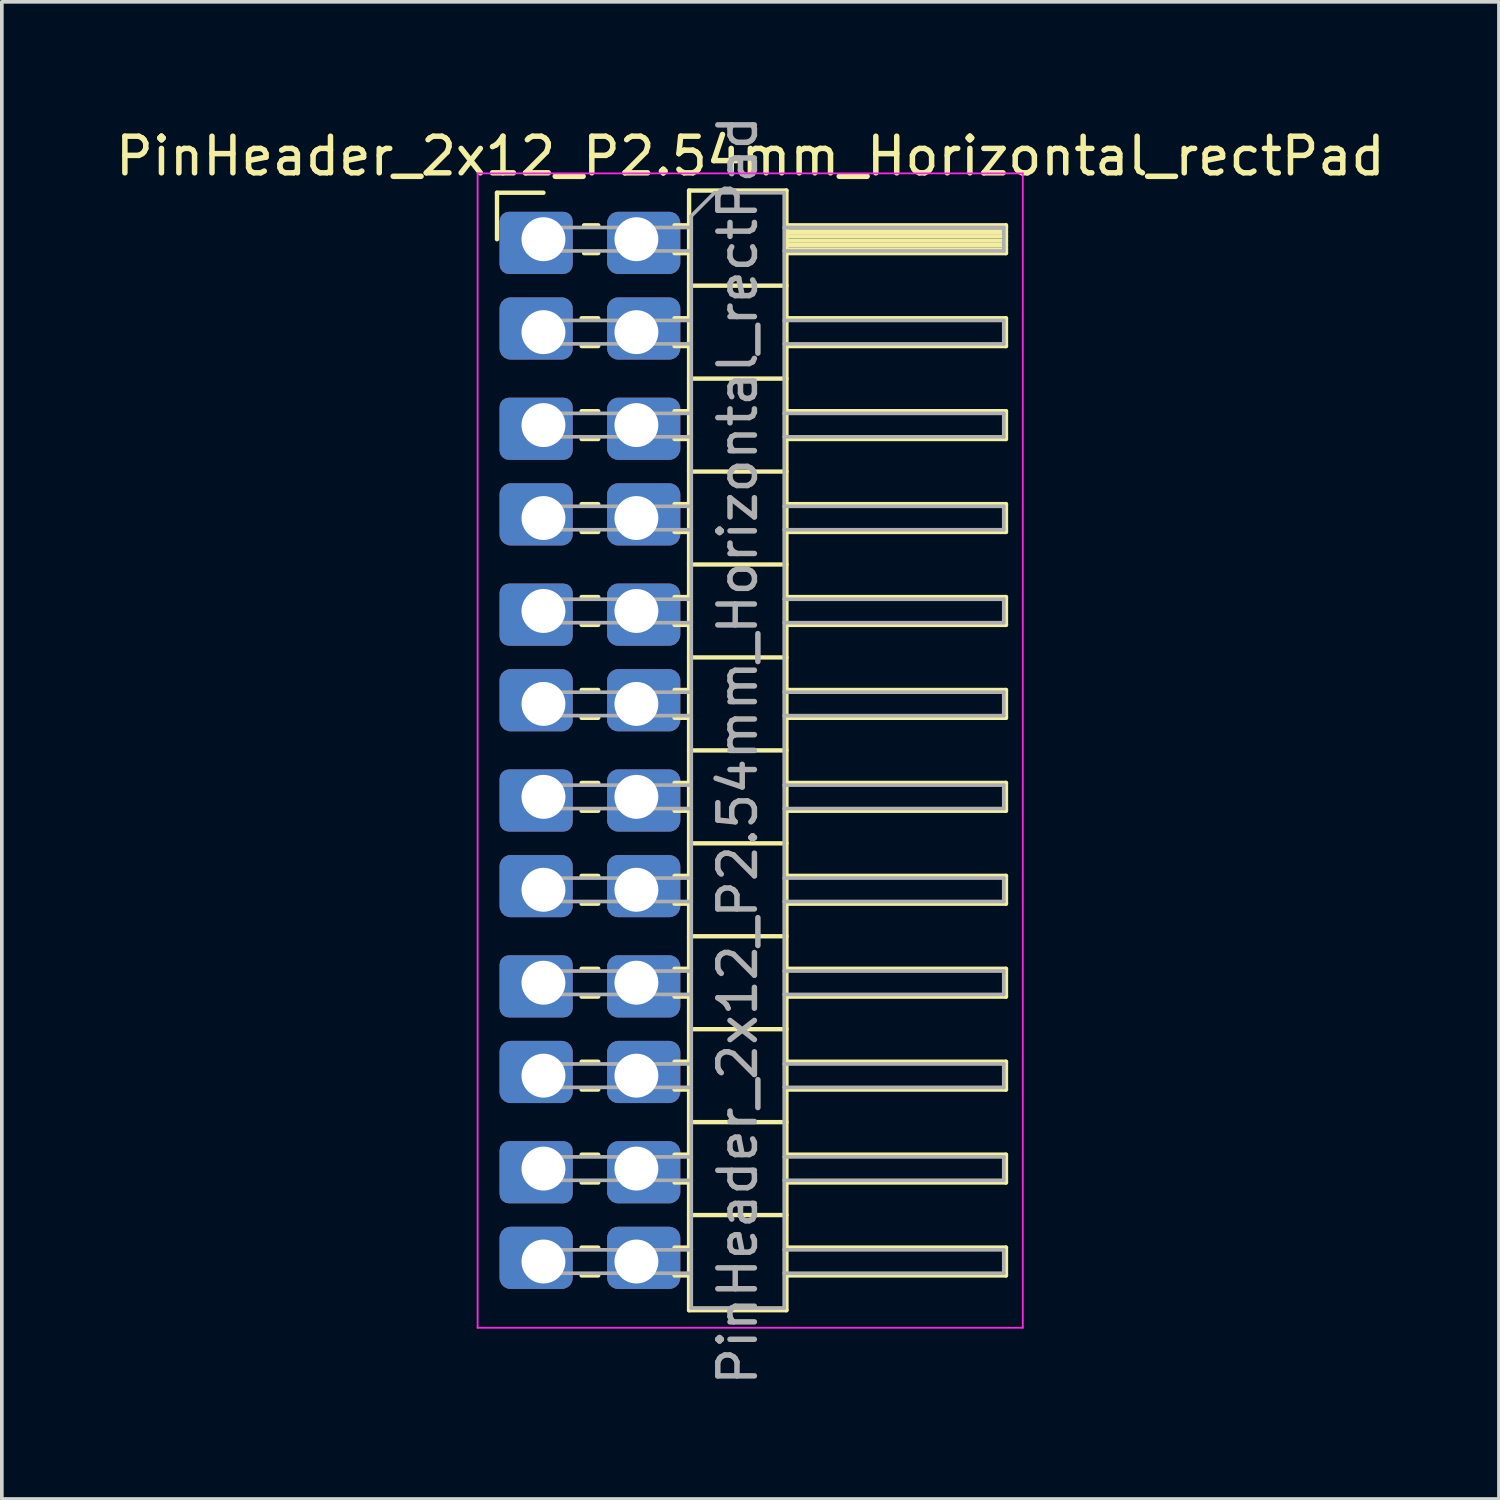
<source format=kicad_pcb>
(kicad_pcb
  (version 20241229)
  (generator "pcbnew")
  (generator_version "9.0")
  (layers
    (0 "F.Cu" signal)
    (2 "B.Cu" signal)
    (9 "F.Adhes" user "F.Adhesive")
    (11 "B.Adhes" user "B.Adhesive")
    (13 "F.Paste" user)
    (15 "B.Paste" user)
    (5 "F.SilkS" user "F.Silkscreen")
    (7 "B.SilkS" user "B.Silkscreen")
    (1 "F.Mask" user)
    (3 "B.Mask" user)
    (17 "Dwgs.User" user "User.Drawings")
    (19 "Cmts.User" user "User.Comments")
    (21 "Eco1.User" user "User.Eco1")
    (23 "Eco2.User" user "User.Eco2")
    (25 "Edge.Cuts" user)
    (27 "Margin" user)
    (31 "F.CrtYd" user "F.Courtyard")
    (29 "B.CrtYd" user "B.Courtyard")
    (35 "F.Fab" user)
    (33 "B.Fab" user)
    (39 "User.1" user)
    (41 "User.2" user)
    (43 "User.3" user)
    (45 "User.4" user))
  (footprint "PinHeader_2x12_P2.54mm_Horizontal_rectPad"
    (layer "F.Cu")
    (at 11.803 3.488)
    (property "Reference" "PinHeader_2x12_P2.54mm_Horizontal_rectPad" (at 5.655 -2.27 0) (layer "F.SilkS") (effects (font (size 1 1) (thickness 0.15))))
    (attr through_hole)
    (fp_line (start -1.27 -1.27) (end 0 -1.27) (stroke (width 0.12) (type solid)) (layer "F.SilkS"))
    (fp_line (start -1.27 0) (end -1.27 -1.27) (stroke (width 0.12) (type solid)) (layer "F.SilkS"))
    (fp_line (start 1.043 2.16) (end 1.497 2.16) (stroke (width 0.12) (type solid)) (layer "F.SilkS"))
    (fp_line (start 1.043 2.92) (end 1.497 2.92) (stroke (width 0.12) (type solid)) (layer "F.SilkS"))
    (fp_line (start 1.043 4.7) (end 1.497 4.7) (stroke (width 0.12) (type solid)) (layer "F.SilkS"))
    (fp_line (start 1.043 5.46) (end 1.497 5.46) (stroke (width 0.12) (type solid)) (layer "F.SilkS"))
    (fp_line (start 1.043 7.24) (end 1.497 7.24) (stroke (width 0.12) (type solid)) (layer "F.SilkS"))
    (fp_line (start 1.043 8) (end 1.497 8) (stroke (width 0.12) (type solid)) (layer "F.SilkS"))
    (fp_line (start 1.043 9.78) (end 1.497 9.78) (stroke (width 0.12) (type solid)) (layer "F.SilkS"))
    (fp_line (start 1.043 10.54) (end 1.497 10.54) (stroke (width 0.12) (type solid)) (layer "F.SilkS"))
    (fp_line (start 1.043 12.32) (end 1.497 12.32) (stroke (width 0.12) (type solid)) (layer "F.SilkS"))
    (fp_line (start 1.043 13.08) (end 1.497 13.08) (stroke (width 0.12) (type solid)) (layer "F.SilkS"))
    (fp_line (start 1.043 14.86) (end 1.497 14.86) (stroke (width 0.12) (type solid)) (layer "F.SilkS"))
    (fp_line (start 1.043 15.62) (end 1.497 15.62) (stroke (width 0.12) (type solid)) (layer "F.SilkS"))
    (fp_line (start 1.043 17.4) (end 1.497 17.4) (stroke (width 0.12) (type solid)) (layer "F.SilkS"))
    (fp_line (start 1.043 18.16) (end 1.497 18.16) (stroke (width 0.12) (type solid)) (layer "F.SilkS"))
    (fp_line (start 1.043 19.94) (end 1.497 19.94) (stroke (width 0.12) (type solid)) (layer "F.SilkS"))
    (fp_line (start 1.043 20.7) (end 1.497 20.7) (stroke (width 0.12) (type solid)) (layer "F.SilkS"))
    (fp_line (start 1.043 22.48) (end 1.497 22.48) (stroke (width 0.12) (type solid)) (layer "F.SilkS"))
    (fp_line (start 1.043 23.24) (end 1.497 23.24) (stroke (width 0.12) (type solid)) (layer "F.SilkS"))
    (fp_line (start 1.043 25.02) (end 1.497 25.02) (stroke (width 0.12) (type solid)) (layer "F.SilkS"))
    (fp_line (start 1.043 25.78) (end 1.497 25.78) (stroke (width 0.12) (type solid)) (layer "F.SilkS"))
    (fp_line (start 1.043 27.56) (end 1.497 27.56) (stroke (width 0.12) (type solid)) (layer "F.SilkS"))
    (fp_line (start 1.043 28.32) (end 1.497 28.32) (stroke (width 0.12) (type solid)) (layer "F.SilkS"))
    (fp_line (start 1.11 -0.38) (end 1.497 -0.38) (stroke (width 0.12) (type solid)) (layer "F.SilkS"))
    (fp_line (start 1.11 0.38) (end 1.497 0.38) (stroke (width 0.12) (type solid)) (layer "F.SilkS"))
    (fp_line (start 3.583 -0.38) (end 3.98 -0.38) (stroke (width 0.12) (type solid)) (layer "F.SilkS"))
    (fp_line (start 3.583 0.38) (end 3.98 0.38) (stroke (width 0.12) (type solid)) (layer "F.SilkS"))
    (fp_line (start 3.583 2.16) (end 3.98 2.16) (stroke (width 0.12) (type solid)) (layer "F.SilkS"))
    (fp_line (start 3.583 2.92) (end 3.98 2.92) (stroke (width 0.12) (type solid)) (layer "F.SilkS"))
    (fp_line (start 3.583 4.7) (end 3.98 4.7) (stroke (width 0.12) (type solid)) (layer "F.SilkS"))
    (fp_line (start 3.583 5.46) (end 3.98 5.46) (stroke (width 0.12) (type solid)) (layer "F.SilkS"))
    (fp_line (start 3.583 7.24) (end 3.98 7.24) (stroke (width 0.12) (type solid)) (layer "F.SilkS"))
    (fp_line (start 3.583 8) (end 3.98 8) (stroke (width 0.12) (type solid)) (layer "F.SilkS"))
    (fp_line (start 3.583 9.78) (end 3.98 9.78) (stroke (width 0.12) (type solid)) (layer "F.SilkS"))
    (fp_line (start 3.583 10.54) (end 3.98 10.54) (stroke (width 0.12) (type solid)) (layer "F.SilkS"))
    (fp_line (start 3.583 12.32) (end 3.98 12.32) (stroke (width 0.12) (type solid)) (layer "F.SilkS"))
    (fp_line (start 3.583 13.08) (end 3.98 13.08) (stroke (width 0.12) (type solid)) (layer "F.SilkS"))
    (fp_line (start 3.583 14.86) (end 3.98 14.86) (stroke (width 0.12) (type solid)) (layer "F.SilkS"))
    (fp_line (start 3.583 15.62) (end 3.98 15.62) (stroke (width 0.12) (type solid)) (layer "F.SilkS"))
    (fp_line (start 3.583 17.4) (end 3.98 17.4) (stroke (width 0.12) (type solid)) (layer "F.SilkS"))
    (fp_line (start 3.583 18.16) (end 3.98 18.16) (stroke (width 0.12) (type solid)) (layer "F.SilkS"))
    (fp_line (start 3.583 19.94) (end 3.98 19.94) (stroke (width 0.12) (type solid)) (layer "F.SilkS"))
    (fp_line (start 3.583 20.7) (end 3.98 20.7) (stroke (width 0.12) (type solid)) (layer "F.SilkS"))
    (fp_line (start 3.583 22.48) (end 3.98 22.48) (stroke (width 0.12) (type solid)) (layer "F.SilkS"))
    (fp_line (start 3.583 23.24) (end 3.98 23.24) (stroke (width 0.12) (type solid)) (layer "F.SilkS"))
    (fp_line (start 3.583 25.02) (end 3.98 25.02) (stroke (width 0.12) (type solid)) (layer "F.SilkS"))
    (fp_line (start 3.583 25.78) (end 3.98 25.78) (stroke (width 0.12) (type solid)) (layer "F.SilkS"))
    (fp_line (start 3.583 27.56) (end 3.98 27.56) (stroke (width 0.12) (type solid)) (layer "F.SilkS"))
    (fp_line (start 3.583 28.32) (end 3.98 28.32) (stroke (width 0.12) (type solid)) (layer "F.SilkS"))
    (fp_line (start 3.98 -1.33) (end 3.98 29.27) (stroke (width 0.12) (type solid)) (layer "F.SilkS"))
    (fp_line (start 3.98 1.27) (end 6.64 1.27) (stroke (width 0.12) (type solid)) (layer "F.SilkS"))
    (fp_line (start 3.98 3.81) (end 6.64 3.81) (stroke (width 0.12) (type solid)) (layer "F.SilkS"))
    (fp_line (start 3.98 6.35) (end 6.64 6.35) (stroke (width 0.12) (type solid)) (layer "F.SilkS"))
    (fp_line (start 3.98 8.89) (end 6.64 8.89) (stroke (width 0.12) (type solid)) (layer "F.SilkS"))
    (fp_line (start 3.98 11.43) (end 6.64 11.43) (stroke (width 0.12) (type solid)) (layer "F.SilkS"))
    (fp_line (start 3.98 13.97) (end 6.64 13.97) (stroke (width 0.12) (type solid)) (layer "F.SilkS"))
    (fp_line (start 3.98 16.51) (end 6.64 16.51) (stroke (width 0.12) (type solid)) (layer "F.SilkS"))
    (fp_line (start 3.98 19.05) (end 6.64 19.05) (stroke (width 0.12) (type solid)) (layer "F.SilkS"))
    (fp_line (start 3.98 21.59) (end 6.64 21.59) (stroke (width 0.12) (type solid)) (layer "F.SilkS"))
    (fp_line (start 3.98 24.13) (end 6.64 24.13) (stroke (width 0.12) (type solid)) (layer "F.SilkS"))
    (fp_line (start 3.98 26.67) (end 6.64 26.67) (stroke (width 0.12) (type solid)) (layer "F.SilkS"))
    (fp_line (start 3.98 29.27) (end 6.64 29.27) (stroke (width 0.12) (type solid)) (layer "F.SilkS"))
    (fp_line (start 6.64 -1.33) (end 3.98 -1.33) (stroke (width 0.12) (type solid)) (layer "F.SilkS"))
    (fp_line (start 6.64 -0.38) (end 12.64 -0.38) (stroke (width 0.12) (type solid)) (layer "F.SilkS"))
    (fp_line (start 6.64 -0.32) (end 12.64 -0.32) (stroke (width 0.12) (type solid)) (layer "F.SilkS"))
    (fp_line (start 6.64 -0.2) (end 12.64 -0.2) (stroke (width 0.12) (type solid)) (layer "F.SilkS"))
    (fp_line (start 6.64 -0.08) (end 12.64 -0.08) (stroke (width 0.12) (type solid)) (layer "F.SilkS"))
    (fp_line (start 6.64 0.04) (end 12.64 0.04) (stroke (width 0.12) (type solid)) (layer "F.SilkS"))
    (fp_line (start 6.64 0.16) (end 12.64 0.16) (stroke (width 0.12) (type solid)) (layer "F.SilkS"))
    (fp_line (start 6.64 0.28) (end 12.64 0.28) (stroke (width 0.12) (type solid)) (layer "F.SilkS"))
    (fp_line (start 6.64 2.16) (end 12.64 2.16) (stroke (width 0.12) (type solid)) (layer "F.SilkS"))
    (fp_line (start 6.64 4.7) (end 12.64 4.7) (stroke (width 0.12) (type solid)) (layer "F.SilkS"))
    (fp_line (start 6.64 7.24) (end 12.64 7.24) (stroke (width 0.12) (type solid)) (layer "F.SilkS"))
    (fp_line (start 6.64 9.78) (end 12.64 9.78) (stroke (width 0.12) (type solid)) (layer "F.SilkS"))
    (fp_line (start 6.64 12.32) (end 12.64 12.32) (stroke (width 0.12) (type solid)) (layer "F.SilkS"))
    (fp_line (start 6.64 14.86) (end 12.64 14.86) (stroke (width 0.12) (type solid)) (layer "F.SilkS"))
    (fp_line (start 6.64 17.4) (end 12.64 17.4) (stroke (width 0.12) (type solid)) (layer "F.SilkS"))
    (fp_line (start 6.64 19.94) (end 12.64 19.94) (stroke (width 0.12) (type solid)) (layer "F.SilkS"))
    (fp_line (start 6.64 22.48) (end 12.64 22.48) (stroke (width 0.12) (type solid)) (layer "F.SilkS"))
    (fp_line (start 6.64 25.02) (end 12.64 25.02) (stroke (width 0.12) (type solid)) (layer "F.SilkS"))
    (fp_line (start 6.64 27.56) (end 12.64 27.56) (stroke (width 0.12) (type solid)) (layer "F.SilkS"))
    (fp_line (start 6.64 29.27) (end 6.64 -1.33) (stroke (width 0.12) (type solid)) (layer "F.SilkS"))
    (fp_line (start 12.64 -0.38) (end 12.64 0.38) (stroke (width 0.12) (type solid)) (layer "F.SilkS"))
    (fp_line (start 12.64 0.38) (end 6.64 0.38) (stroke (width 0.12) (type solid)) (layer "F.SilkS"))
    (fp_line (start 12.64 2.16) (end 12.64 2.92) (stroke (width 0.12) (type solid)) (layer "F.SilkS"))
    (fp_line (start 12.64 2.92) (end 6.64 2.92) (stroke (width 0.12) (type solid)) (layer "F.SilkS"))
    (fp_line (start 12.64 4.7) (end 12.64 5.46) (stroke (width 0.12) (type solid)) (layer "F.SilkS"))
    (fp_line (start 12.64 5.46) (end 6.64 5.46) (stroke (width 0.12) (type solid)) (layer "F.SilkS"))
    (fp_line (start 12.64 7.24) (end 12.64 8) (stroke (width 0.12) (type solid)) (layer "F.SilkS"))
    (fp_line (start 12.64 8) (end 6.64 8) (stroke (width 0.12) (type solid)) (layer "F.SilkS"))
    (fp_line (start 12.64 9.78) (end 12.64 10.54) (stroke (width 0.12) (type solid)) (layer "F.SilkS"))
    (fp_line (start 12.64 10.54) (end 6.64 10.54) (stroke (width 0.12) (type solid)) (layer "F.SilkS"))
    (fp_line (start 12.64 12.32) (end 12.64 13.08) (stroke (width 0.12) (type solid)) (layer "F.SilkS"))
    (fp_line (start 12.64 13.08) (end 6.64 13.08) (stroke (width 0.12) (type solid)) (layer "F.SilkS"))
    (fp_line (start 12.64 14.86) (end 12.64 15.62) (stroke (width 0.12) (type solid)) (layer "F.SilkS"))
    (fp_line (start 12.64 15.62) (end 6.64 15.62) (stroke (width 0.12) (type solid)) (layer "F.SilkS"))
    (fp_line (start 12.64 17.4) (end 12.64 18.16) (stroke (width 0.12) (type solid)) (layer "F.SilkS"))
    (fp_line (start 12.64 18.16) (end 6.64 18.16) (stroke (width 0.12) (type solid)) (layer "F.SilkS"))
    (fp_line (start 12.64 19.94) (end 12.64 20.7) (stroke (width 0.12) (type solid)) (layer "F.SilkS"))
    (fp_line (start 12.64 20.7) (end 6.64 20.7) (stroke (width 0.12) (type solid)) (layer "F.SilkS"))
    (fp_line (start 12.64 22.48) (end 12.64 23.24) (stroke (width 0.12) (type solid)) (layer "F.SilkS"))
    (fp_line (start 12.64 23.24) (end 6.64 23.24) (stroke (width 0.12) (type solid)) (layer "F.SilkS"))
    (fp_line (start 12.64 25.02) (end 12.64 25.78) (stroke (width 0.12) (type solid)) (layer "F.SilkS"))
    (fp_line (start 12.64 25.78) (end 6.64 25.78) (stroke (width 0.12) (type solid)) (layer "F.SilkS"))
    (fp_line (start 12.64 27.56) (end 12.64 28.32) (stroke (width 0.12) (type solid)) (layer "F.SilkS"))
    (fp_line (start 12.64 28.32) (end 6.64 28.32) (stroke (width 0.12) (type solid)) (layer "F.SilkS"))
    (fp_line (start -1.8 -1.8) (end -1.8 29.75) (stroke (width 0.05) (type solid)) (layer "F.CrtYd"))
    (fp_line (start -1.8 29.75) (end 13.1 29.75) (stroke (width 0.05) (type solid)) (layer "F.CrtYd"))
    (fp_line (start 13.1 -1.8) (end -1.8 -1.8) (stroke (width 0.05) (type solid)) (layer "F.CrtYd"))
    (fp_line (start 13.1 29.75) (end 13.1 -1.8) (stroke (width 0.05) (type solid)) (layer "F.CrtYd"))
    (fp_line (start -0.32 -0.32) (end -0.32 0.32) (stroke (width 0.1) (type solid)) (layer "F.Fab"))
    (fp_line (start -0.32 -0.32) (end 4.04 -0.32) (stroke (width 0.1) (type solid)) (layer "F.Fab"))
    (fp_line (start -0.32 0.32) (end 4.04 0.32) (stroke (width 0.1) (type solid)) (layer "F.Fab"))
    (fp_line (start -0.32 2.22) (end -0.32 2.86) (stroke (width 0.1) (type solid)) (layer "F.Fab"))
    (fp_line (start -0.32 2.22) (end 4.04 2.22) (stroke (width 0.1) (type solid)) (layer "F.Fab"))
    (fp_line (start -0.32 2.86) (end 4.04 2.86) (stroke (width 0.1) (type solid)) (layer "F.Fab"))
    (fp_line (start -0.32 4.76) (end -0.32 5.4) (stroke (width 0.1) (type solid)) (layer "F.Fab"))
    (fp_line (start -0.32 4.76) (end 4.04 4.76) (stroke (width 0.1) (type solid)) (layer "F.Fab"))
    (fp_line (start -0.32 5.4) (end 4.04 5.4) (stroke (width 0.1) (type solid)) (layer "F.Fab"))
    (fp_line (start -0.32 7.3) (end -0.32 7.94) (stroke (width 0.1) (type solid)) (layer "F.Fab"))
    (fp_line (start -0.32 7.3) (end 4.04 7.3) (stroke (width 0.1) (type solid)) (layer "F.Fab"))
    (fp_line (start -0.32 7.94) (end 4.04 7.94) (stroke (width 0.1) (type solid)) (layer "F.Fab"))
    (fp_line (start -0.32 9.84) (end -0.32 10.48) (stroke (width 0.1) (type solid)) (layer "F.Fab"))
    (fp_line (start -0.32 9.84) (end 4.04 9.84) (stroke (width 0.1) (type solid)) (layer "F.Fab"))
    (fp_line (start -0.32 10.48) (end 4.04 10.48) (stroke (width 0.1) (type solid)) (layer "F.Fab"))
    (fp_line (start -0.32 12.38) (end -0.32 13.02) (stroke (width 0.1) (type solid)) (layer "F.Fab"))
    (fp_line (start -0.32 12.38) (end 4.04 12.38) (stroke (width 0.1) (type solid)) (layer "F.Fab"))
    (fp_line (start -0.32 13.02) (end 4.04 13.02) (stroke (width 0.1) (type solid)) (layer "F.Fab"))
    (fp_line (start -0.32 14.92) (end -0.32 15.56) (stroke (width 0.1) (type solid)) (layer "F.Fab"))
    (fp_line (start -0.32 14.92) (end 4.04 14.92) (stroke (width 0.1) (type solid)) (layer "F.Fab"))
    (fp_line (start -0.32 15.56) (end 4.04 15.56) (stroke (width 0.1) (type solid)) (layer "F.Fab"))
    (fp_line (start -0.32 17.46) (end -0.32 18.1) (stroke (width 0.1) (type solid)) (layer "F.Fab"))
    (fp_line (start -0.32 17.46) (end 4.04 17.46) (stroke (width 0.1) (type solid)) (layer "F.Fab"))
    (fp_line (start -0.32 18.1) (end 4.04 18.1) (stroke (width 0.1) (type solid)) (layer "F.Fab"))
    (fp_line (start -0.32 20) (end -0.32 20.64) (stroke (width 0.1) (type solid)) (layer "F.Fab"))
    (fp_line (start -0.32 20) (end 4.04 20) (stroke (width 0.1) (type solid)) (layer "F.Fab"))
    (fp_line (start -0.32 20.64) (end 4.04 20.64) (stroke (width 0.1) (type solid)) (layer "F.Fab"))
    (fp_line (start -0.32 22.54) (end -0.32 23.18) (stroke (width 0.1) (type solid)) (layer "F.Fab"))
    (fp_line (start -0.32 22.54) (end 4.04 22.54) (stroke (width 0.1) (type solid)) (layer "F.Fab"))
    (fp_line (start -0.32 23.18) (end 4.04 23.18) (stroke (width 0.1) (type solid)) (layer "F.Fab"))
    (fp_line (start -0.32 25.08) (end -0.32 25.72) (stroke (width 0.1) (type solid)) (layer "F.Fab"))
    (fp_line (start -0.32 25.08) (end 4.04 25.08) (stroke (width 0.1) (type solid)) (layer "F.Fab"))
    (fp_line (start -0.32 25.72) (end 4.04 25.72) (stroke (width 0.1) (type solid)) (layer "F.Fab"))
    (fp_line (start -0.32 27.62) (end -0.32 28.26) (stroke (width 0.1) (type solid)) (layer "F.Fab"))
    (fp_line (start -0.32 27.62) (end 4.04 27.62) (stroke (width 0.1) (type solid)) (layer "F.Fab"))
    (fp_line (start -0.32 28.26) (end 4.04 28.26) (stroke (width 0.1) (type solid)) (layer "F.Fab"))
    (fp_line (start 4.04 -0.635) (end 4.675 -1.27) (stroke (width 0.1) (type solid)) (layer "F.Fab"))
    (fp_line (start 4.04 29.21) (end 4.04 -0.635) (stroke (width 0.1) (type solid)) (layer "F.Fab"))
    (fp_line (start 4.675 -1.27) (end 6.58 -1.27) (stroke (width 0.1) (type solid)) (layer "F.Fab"))
    (fp_line (start 6.58 -1.27) (end 6.58 29.21) (stroke (width 0.1) (type solid)) (layer "F.Fab"))
    (fp_line (start 6.58 -0.32) (end 12.58 -0.32) (stroke (width 0.1) (type solid)) (layer "F.Fab"))
    (fp_line (start 6.58 0.32) (end 12.58 0.32) (stroke (width 0.1) (type solid)) (layer "F.Fab"))
    (fp_line (start 6.58 2.22) (end 12.58 2.22) (stroke (width 0.1) (type solid)) (layer "F.Fab"))
    (fp_line (start 6.58 2.86) (end 12.58 2.86) (stroke (width 0.1) (type solid)) (layer "F.Fab"))
    (fp_line (start 6.58 4.76) (end 12.58 4.76) (stroke (width 0.1) (type solid)) (layer "F.Fab"))
    (fp_line (start 6.58 5.4) (end 12.58 5.4) (stroke (width 0.1) (type solid)) (layer "F.Fab"))
    (fp_line (start 6.58 7.3) (end 12.58 7.3) (stroke (width 0.1) (type solid)) (layer "F.Fab"))
    (fp_line (start 6.58 7.94) (end 12.58 7.94) (stroke (width 0.1) (type solid)) (layer "F.Fab"))
    (fp_line (start 6.58 9.84) (end 12.58 9.84) (stroke (width 0.1) (type solid)) (layer "F.Fab"))
    (fp_line (start 6.58 10.48) (end 12.58 10.48) (stroke (width 0.1) (type solid)) (layer "F.Fab"))
    (fp_line (start 6.58 12.38) (end 12.58 12.38) (stroke (width 0.1) (type solid)) (layer "F.Fab"))
    (fp_line (start 6.58 13.02) (end 12.58 13.02) (stroke (width 0.1) (type solid)) (layer "F.Fab"))
    (fp_line (start 6.58 14.92) (end 12.58 14.92) (stroke (width 0.1) (type solid)) (layer "F.Fab"))
    (fp_line (start 6.58 15.56) (end 12.58 15.56) (stroke (width 0.1) (type solid)) (layer "F.Fab"))
    (fp_line (start 6.58 17.46) (end 12.58 17.46) (stroke (width 0.1) (type solid)) (layer "F.Fab"))
    (fp_line (start 6.58 18.1) (end 12.58 18.1) (stroke (width 0.1) (type solid)) (layer "F.Fab"))
    (fp_line (start 6.58 20) (end 12.58 20) (stroke (width 0.1) (type solid)) (layer "F.Fab"))
    (fp_line (start 6.58 20.64) (end 12.58 20.64) (stroke (width 0.1) (type solid)) (layer "F.Fab"))
    (fp_line (start 6.58 22.54) (end 12.58 22.54) (stroke (width 0.1) (type solid)) (layer "F.Fab"))
    (fp_line (start 6.58 23.18) (end 12.58 23.18) (stroke (width 0.1) (type solid)) (layer "F.Fab"))
    (fp_line (start 6.58 25.08) (end 12.58 25.08) (stroke (width 0.1) (type solid)) (layer "F.Fab"))
    (fp_line (start 6.58 25.72) (end 12.58 25.72) (stroke (width 0.1) (type solid)) (layer "F.Fab"))
    (fp_line (start 6.58 27.62) (end 12.58 27.62) (stroke (width 0.1) (type solid)) (layer "F.Fab"))
    (fp_line (start 6.58 28.26) (end 12.58 28.26) (stroke (width 0.1) (type solid)) (layer "F.Fab"))
    (fp_line (start 6.58 29.21) (end 4.04 29.21) (stroke (width 0.1) (type solid)) (layer "F.Fab"))
    (fp_line (start 12.58 -0.32) (end 12.58 0.32) (stroke (width 0.1) (type solid)) (layer "F.Fab"))
    (fp_line (start 12.58 2.22) (end 12.58 2.86) (stroke (width 0.1) (type solid)) (layer "F.Fab"))
    (fp_line (start 12.58 4.76) (end 12.58 5.4) (stroke (width 0.1) (type solid)) (layer "F.Fab"))
    (fp_line (start 12.58 7.3) (end 12.58 7.94) (stroke (width 0.1) (type solid)) (layer "F.Fab"))
    (fp_line (start 12.58 9.84) (end 12.58 10.48) (stroke (width 0.1) (type solid)) (layer "F.Fab"))
    (fp_line (start 12.58 12.38) (end 12.58 13.02) (stroke (width 0.1) (type solid)) (layer "F.Fab"))
    (fp_line (start 12.58 14.92) (end 12.58 15.56) (stroke (width 0.1) (type solid)) (layer "F.Fab"))
    (fp_line (start 12.58 17.46) (end 12.58 18.1) (stroke (width 0.1) (type solid)) (layer "F.Fab"))
    (fp_line (start 12.58 20) (end 12.58 20.64) (stroke (width 0.1) (type solid)) (layer "F.Fab"))
    (fp_line (start 12.58 22.54) (end 12.58 23.18) (stroke (width 0.1) (type solid)) (layer "F.Fab"))
    (fp_line (start 12.58 25.08) (end 12.58 25.72) (stroke (width 0.1) (type solid)) (layer "F.Fab"))
    (fp_line (start 12.58 27.62) (end 12.58 28.26) (stroke (width 0.1) (type solid)) (layer "F.Fab"))
    (fp_text user "${REFERENCE}" (at 5.31 13.97 90) (layer "F.Fab") (effects (font (size 1 1) (thickness 0.15))))
    (pad "1" thru_hole roundrect (at 0 0) (size 2 1.7) (drill 1.2 (offset -0.2 0.1)) (layers "*.Cu" "*.Mask") (roundrect_rratio 0.15))
    (pad "2" thru_hole roundrect (at 2.54 0) (size 2 1.7) (drill 1.2 (offset 0.2 0.1)) (layers "*.Cu" "*.Mask") (roundrect_rratio 0.176))
    (pad "3" thru_hole roundrect (at 0 2.54) (size 2 1.7) (drill 1.2 (offset -0.2 -0.1)) (layers "*.Cu" "*.Mask") (roundrect_rratio 0.176))
    (pad "4" thru_hole roundrect (at 2.54 2.54) (size 2 1.7) (drill 1.2 (offset 0.2 -0.1)) (layers "*.Cu" "*.Mask") (roundrect_rratio 0.176))
    (pad "5" thru_hole roundrect (at 0 5.08) (size 2 1.7) (drill 1.2 (offset -0.2 0.1)) (layers "*.Cu" "*.Mask") (roundrect_rratio 0.15))
    (pad "6" thru_hole roundrect (at 2.54 5.08) (size 2 1.7) (drill 1.2 (offset 0.2 0.1)) (layers "*.Cu" "*.Mask") (roundrect_rratio 0.176))
    (pad "7" thru_hole roundrect (at 0 7.62) (size 2 1.7) (drill 1.2 (offset -0.2 -0.1)) (layers "*.Cu" "*.Mask") (roundrect_rratio 0.176))
    (pad "8" thru_hole roundrect (at 2.54 7.62) (size 2 1.7) (drill 1.2 (offset 0.2 -0.1)) (layers "*.Cu" "*.Mask") (roundrect_rratio 0.176))
    (pad "9" thru_hole roundrect (at 0 10.16) (size 2 1.7) (drill 1.2 (offset -0.2 0.1)) (layers "*.Cu" "*.Mask") (roundrect_rratio 0.15))
    (pad "10" thru_hole roundrect (at 2.54 10.16) (size 2 1.7) (drill 1.2 (offset 0.2 0.1)) (layers "*.Cu" "*.Mask") (roundrect_rratio 0.176))
    (pad "11" thru_hole roundrect (at 0 12.7) (size 2 1.7) (drill 1.2 (offset -0.2 -0.1)) (layers "*.Cu" "*.Mask") (roundrect_rratio 0.176))
    (pad "12" thru_hole roundrect (at 2.54 12.7) (size 2 1.7) (drill 1.2 (offset 0.2 -0.1)) (layers "*.Cu" "*.Mask") (roundrect_rratio 0.176))
    (pad "13" thru_hole roundrect (at 0 15.24) (size 2 1.7) (drill 1.2 (offset -0.2 0.1)) (layers "*.Cu" "*.Mask") (roundrect_rratio 0.15))
    (pad "14" thru_hole roundrect (at 2.54 15.24) (size 2 1.7) (drill 1.2 (offset 0.2 0.1)) (layers "*.Cu" "*.Mask") (roundrect_rratio 0.176))
    (pad "15" thru_hole roundrect (at 0 17.78) (size 2 1.7) (drill 1.2 (offset -0.2 -0.1)) (layers "*.Cu" "*.Mask") (roundrect_rratio 0.176))
    (pad "16" thru_hole roundrect (at 2.54 17.78) (size 2 1.7) (drill 1.2 (offset 0.2 -0.1)) (layers "*.Cu" "*.Mask") (roundrect_rratio 0.176))
    (pad "17" thru_hole roundrect (at 0 20.32) (size 2 1.7) (drill 1.2 (offset -0.2 0.1)) (layers "*.Cu" "*.Mask") (roundrect_rratio 0.15))
    (pad "18" thru_hole roundrect (at 2.54 20.32) (size 2 1.7) (drill 1.2 (offset 0.2 0.1)) (layers "*.Cu" "*.Mask") (roundrect_rratio 0.176))
    (pad "19" thru_hole roundrect (at 0 22.86) (size 2 1.7) (drill 1.2 (offset -0.2 -0.1)) (layers "*.Cu" "*.Mask") (roundrect_rratio 0.176))
    (pad "20" thru_hole roundrect (at 2.54 22.86) (size 2 1.7) (drill 1.2 (offset 0.2 -0.1)) (layers "*.Cu" "*.Mask") (roundrect_rratio 0.176))
    (pad "21" thru_hole roundrect (at 0 25.4) (size 2 1.7) (drill 1.2 (offset -0.2 0.1)) (layers "*.Cu" "*.Mask") (roundrect_rratio 0.15))
    (pad "22" thru_hole roundrect (at 2.54 25.4) (size 2 1.7) (drill 1.2 (offset 0.2 0.1)) (layers "*.Cu" "*.Mask") (roundrect_rratio 0.176))
    (pad "23" thru_hole roundrect (at 0 27.94) (size 2 1.7) (drill 1.2 (offset -0.2 -0.1)) (layers "*.Cu" "*.Mask") (roundrect_rratio 0.176))
    (pad "24" thru_hole roundrect (at 2.54 27.94) (size 2 1.7) (drill 1.2 (offset 0.2 -0.1)) (layers "*.Cu" "*.Mask") (roundrect_rratio 0.176)))
  (gr_rect
    (start -3 -3)
    (end 37.917 37.917)
    (stroke (width 0.1) (type default))
    (fill no)
    (layer "Edge.Cuts")))
</source>
